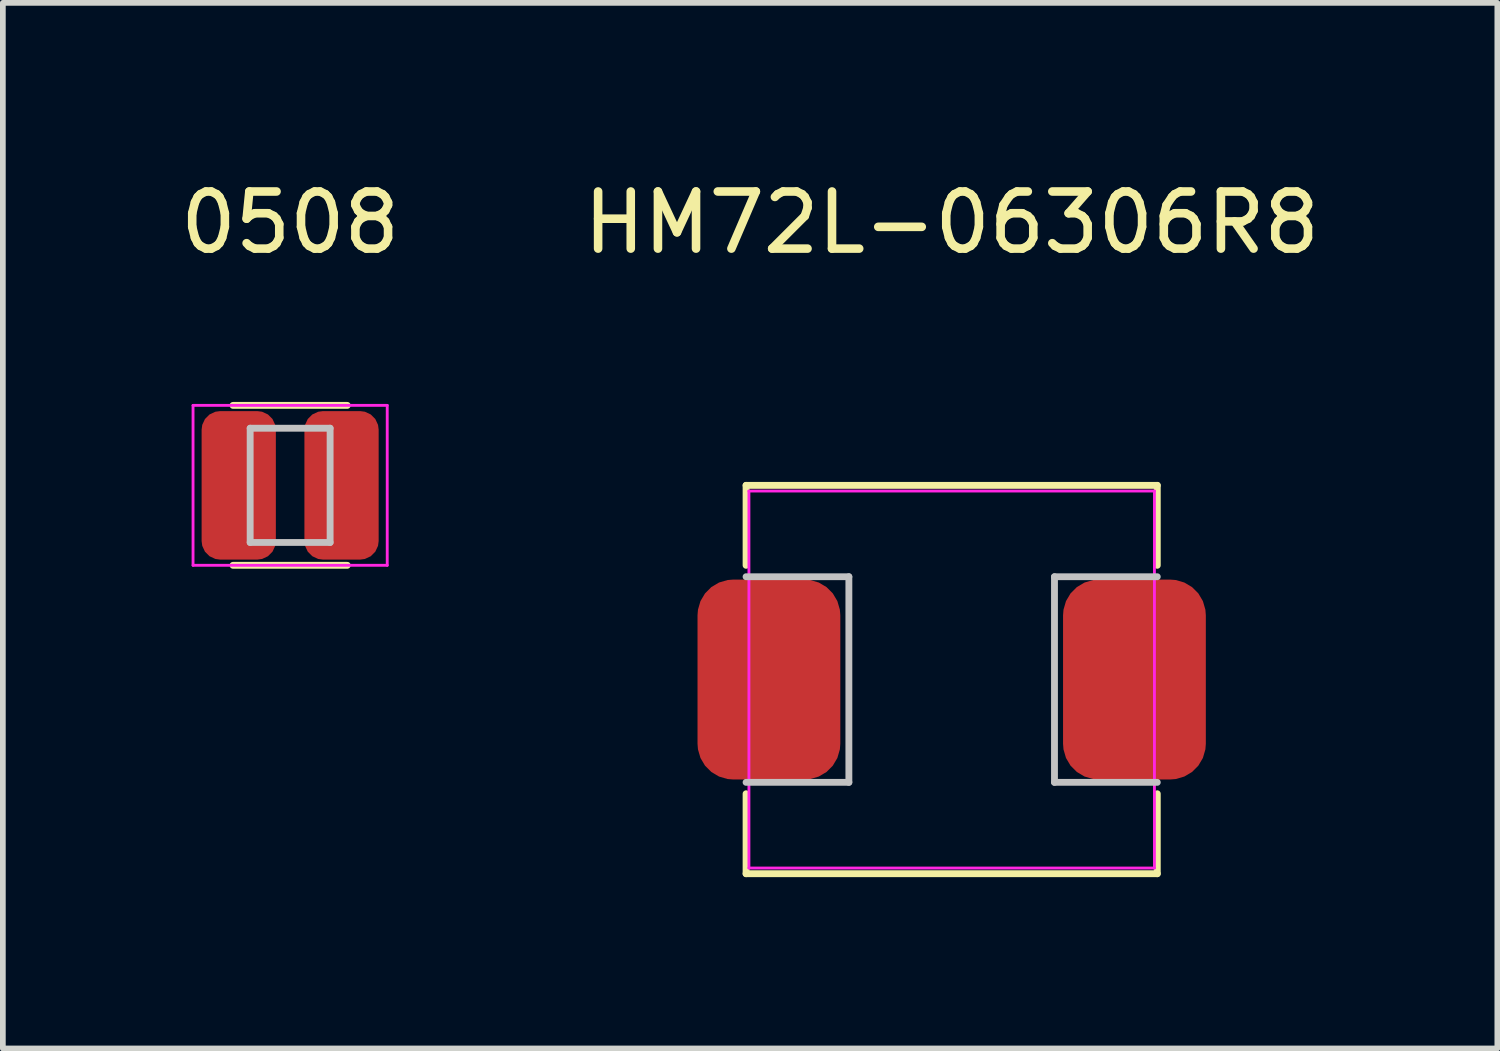
<source format=kicad_pcb>
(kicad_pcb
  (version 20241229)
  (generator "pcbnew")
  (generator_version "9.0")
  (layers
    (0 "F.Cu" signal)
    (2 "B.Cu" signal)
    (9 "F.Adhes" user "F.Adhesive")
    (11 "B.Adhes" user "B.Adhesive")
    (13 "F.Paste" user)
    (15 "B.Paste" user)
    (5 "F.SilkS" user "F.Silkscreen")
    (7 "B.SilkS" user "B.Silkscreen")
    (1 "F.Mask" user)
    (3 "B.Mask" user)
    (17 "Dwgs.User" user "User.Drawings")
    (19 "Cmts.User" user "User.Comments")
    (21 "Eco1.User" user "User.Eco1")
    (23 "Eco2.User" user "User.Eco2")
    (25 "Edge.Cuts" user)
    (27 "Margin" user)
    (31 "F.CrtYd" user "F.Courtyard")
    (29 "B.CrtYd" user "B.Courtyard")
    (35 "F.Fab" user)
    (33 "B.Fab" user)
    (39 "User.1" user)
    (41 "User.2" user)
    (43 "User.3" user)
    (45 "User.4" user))
  (footprint "0508"
    (layer "F.Cu")
    (at 2.03 5.448)
    (property "Reference" "0508" (at 0 -4.6 0) (unlocked yes) (layer "F.SilkS") (effects (font (size 1 1) (thickness 0.15))))
    (attr smd)
    (fp_line (start -1 -1.4) (end 1 -1.4) (stroke (width 0.12) (type solid)) (layer "F.SilkS"))
    (fp_line (start 1 1.4) (end -1 1.4) (stroke (width 0.12) (type solid)) (layer "F.SilkS"))
    (fp_line (start -0.7 -1) (end -0.7 1) (stroke (width 0.12) (type solid)) (layer "Dwgs.User"))
    (fp_line (start -0.7 -1) (end 0.7 -1) (stroke (width 0.12) (type solid)) (layer "Dwgs.User"))
    (fp_line (start 0.7 1) (end -0.7 1) (stroke (width 0.12) (type solid)) (layer "Dwgs.User"))
    (fp_line (start 0.7 1) (end 0.7 -1) (stroke (width 0.12) (type solid)) (layer "Dwgs.User"))
    (fp_line (start -1.7 -1.4) (end -1.7 1.4) (stroke (width 0.05) (type solid)) (layer "F.CrtYd"))
    (fp_line (start -1.7 -1.4) (end 1.7 -1.4) (stroke (width 0.05) (type solid)) (layer "F.CrtYd"))
    (fp_line (start -1.7 1.4) (end 1.7 1.4) (stroke (width 0.05) (type solid)) (layer "F.CrtYd"))
    (fp_line (start 1.7 -1.4) (end 1.7 1.4) (stroke (width 0.05) (type solid)) (layer "F.CrtYd"))
    (pad "1" smd roundrect (at 0.9 0) (size 1.3 2.6) (layers "F.Cu" "F.Mask" "F.Paste") (roundrect_rratio 0.25))
    (pad "2" smd roundrect (at -0.9 0) (size 1.3 2.6) (layers "F.Cu" "F.Mask" "F.Paste") (roundrect_rratio 0.25)))
  (footprint "HM72L-06306R8"
    (layer "F.Cu")
    (at 13.613 8.848)
    (property "Reference" "HM72L-06306R8" (at 0 -8 0) (unlocked yes) (layer "F.SilkS") (effects (font (size 1 1) (thickness 0.15))))
    (attr smd)
    (fp_line (start -3.6 -3.4) (end 3.6 -3.4) (stroke (width 0.12) (type solid)) (layer "F.SilkS"))
    (fp_line (start -3.6 -2) (end -3.6 -3.4) (stroke (width 0.12) (type solid)) (layer "F.SilkS"))
    (fp_line (start -3.6 3.4) (end -3.6 2) (stroke (width 0.12) (type solid)) (layer "F.SilkS"))
    (fp_line (start 3.6 -3.4) (end 3.6 -2) (stroke (width 0.12) (type solid)) (layer "F.SilkS"))
    (fp_line (start 3.6 2) (end 3.6 3.4) (stroke (width 0.12) (type solid)) (layer "F.SilkS"))
    (fp_line (start 3.6 3.4) (end -3.6 3.4) (stroke (width 0.12) (type solid)) (layer "F.SilkS"))
    (fp_line (start -3.6 -1.8) (end -1.8 -1.8) (stroke (width 0.12) (type solid)) (layer "Dwgs.User"))
    (fp_line (start -1.8 -1.8) (end -1.8 1.8) (stroke (width 0.12) (type solid)) (layer "Dwgs.User"))
    (fp_line (start -1.8 1.8) (end -3.6 1.8) (stroke (width 0.12) (type solid)) (layer "Dwgs.User"))
    (fp_line (start 1.8 -1.8) (end 1.8 1.8) (stroke (width 0.12) (type solid)) (layer "Dwgs.User"))
    (fp_line (start 1.8 1.8) (end 3.6 1.8) (stroke (width 0.12) (type solid)) (layer "Dwgs.User"))
    (fp_line (start 3.6 -1.8) (end 1.8 -1.8) (stroke (width 0.12) (type solid)) (layer "Dwgs.User"))
    (fp_line (start -3.55 -3.3) (end -3.55 3.3) (stroke (width 0.05) (type solid)) (layer "F.CrtYd"))
    (fp_line (start -3.55 -3.3) (end 3.55 -3.3) (stroke (width 0.05) (type solid)) (layer "F.CrtYd"))
    (fp_line (start 3.55 -3.3) (end 3.55 3.3) (stroke (width 0.05) (type solid)) (layer "F.CrtYd"))
    (fp_line (start 3.55 3.3) (end -3.55 3.3) (stroke (width 0.05) (type solid)) (layer "F.CrtYd"))
    (pad "1" smd roundrect (at 3.2 0) (size 2.5 3.5) (layers "F.Cu" "F.Mask" "F.Paste") (roundrect_rratio 0.25))
    (pad "2" smd roundrect (at -3.2 0) (size 2.5 3.5) (layers "F.Cu" "F.Mask" "F.Paste") (roundrect_rratio 0.25)))
  (gr_rect
    (start -3 -3)
    (end 23.167 15.308)
    (stroke (width 0.1) (type default))
    (fill no)
    (layer "Edge.Cuts")))
</source>
